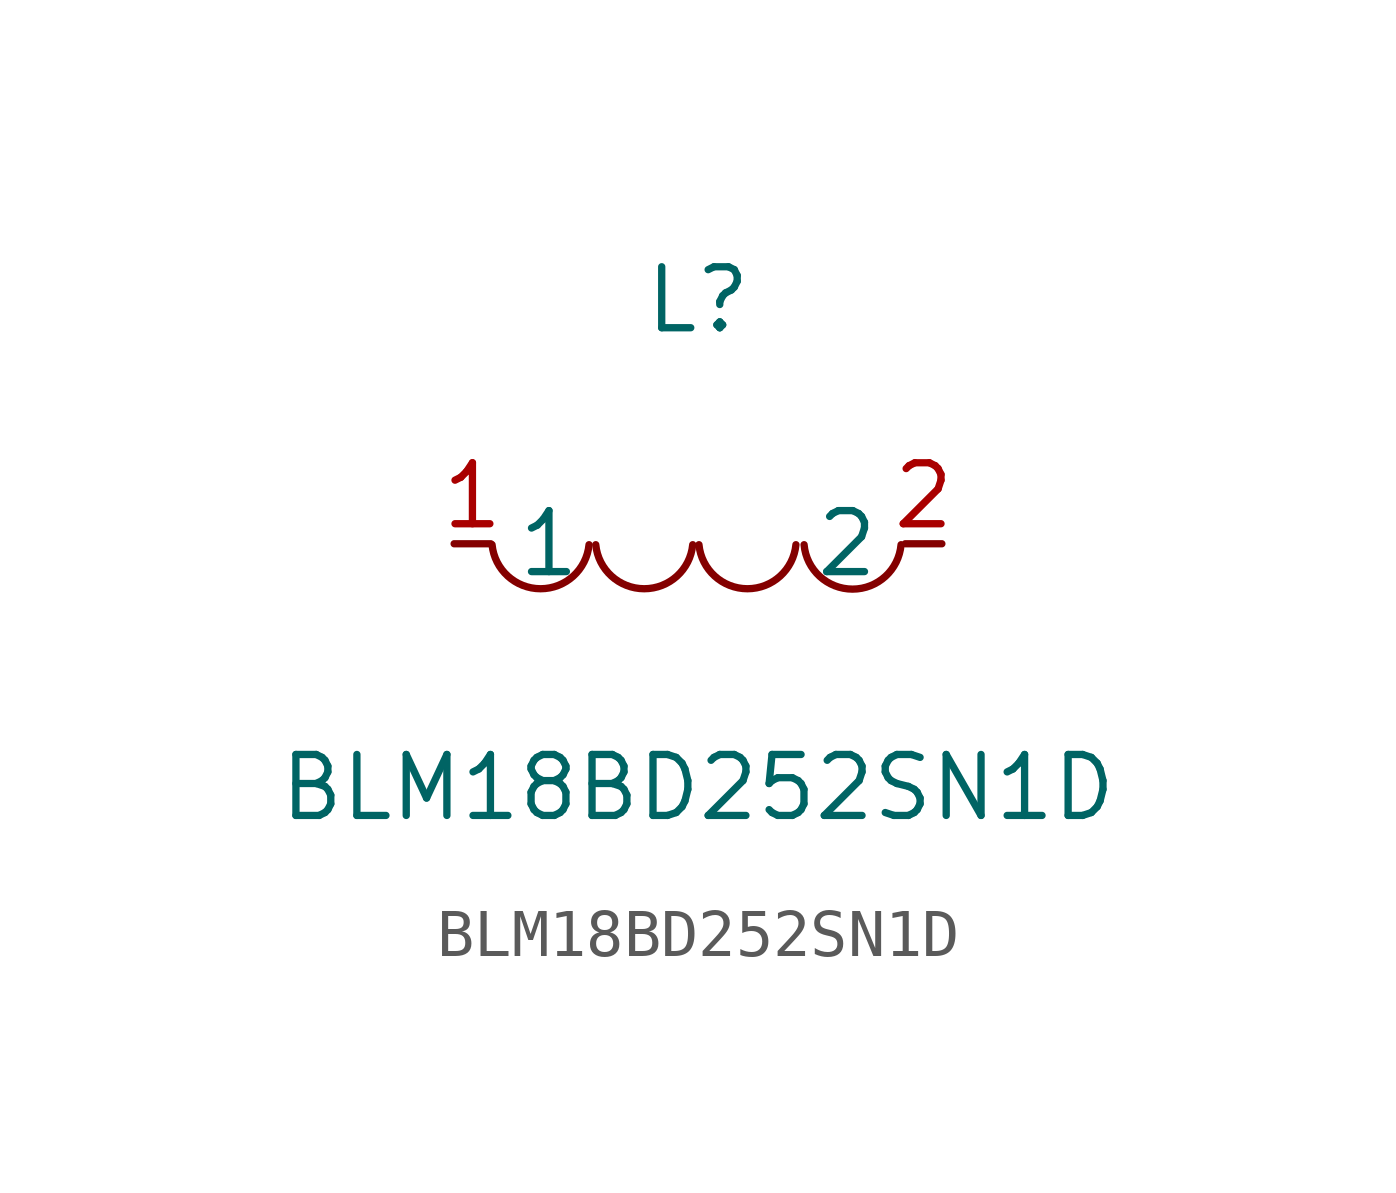
<source format=kicad_sym>
(kicad_symbol_lib
  (version 20211014)
  (generator https://github.com/uPesy/easyeda2kicad.py)
  (symbol "BLM18BD252SN1D"
    (property "Reference" "L"
      (at 0 5.08 0)
      (effects (font (size 1.27 1.27))))
    (property "Value" "BLM18BD252SN1D"
      (at 0 -5.08 0)
      (effects (font (size 1.27 1.27))))
    (symbol "BLM18BD252SN1D_0_1"
      (arc (start -4.29 -0.02) (mid -2.52 -0.79) (end -2.27 -0.02) (stroke (width 0) (type default) (color 0 0 0 0)) (fill (type none)))
      (arc (start -2.13 -0.02) (mid -0.36 -0.79) (end -0.11 -0.02) (stroke (width 0) (type default) (color 0 0 0 0)) (fill (type none)))
      (arc (start 0.02 -0.02) (mid 1.79 -0.79) (end 2.04 -0.02) (stroke (width 0) (type default) (color 0 0 0 0)) (fill (type none)))
      (arc (start 2.21 -0.02) (mid 3.30 -1.12) (end 4.23 -0.02) (stroke (width 0) (type default) (color 0 0 0 0)) (fill (type none)))
      (pin unspecified line (at 5.08 -0.00 180) (length 0.762) (name "2" (effects (font (size 1.27 1.27)))) (number "2" (effects (font (size 1.27 1.27)))))
      (pin unspecified line (at -5.08 -0.00 0) (length 0.762) (name "1" (effects (font (size 1.27 1.27)))) (number "1" (effects (font (size 1.27 1.27))))))))
</source>
